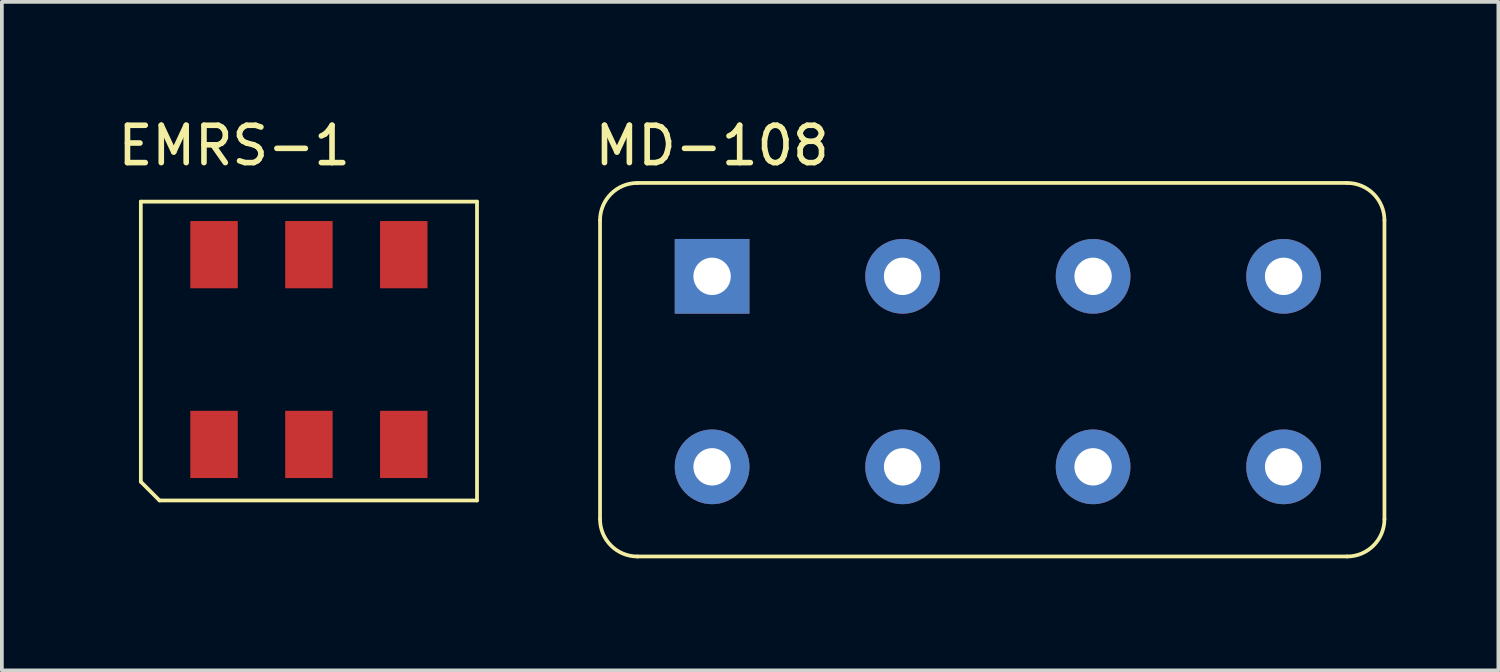
<source format=kicad_pcb>
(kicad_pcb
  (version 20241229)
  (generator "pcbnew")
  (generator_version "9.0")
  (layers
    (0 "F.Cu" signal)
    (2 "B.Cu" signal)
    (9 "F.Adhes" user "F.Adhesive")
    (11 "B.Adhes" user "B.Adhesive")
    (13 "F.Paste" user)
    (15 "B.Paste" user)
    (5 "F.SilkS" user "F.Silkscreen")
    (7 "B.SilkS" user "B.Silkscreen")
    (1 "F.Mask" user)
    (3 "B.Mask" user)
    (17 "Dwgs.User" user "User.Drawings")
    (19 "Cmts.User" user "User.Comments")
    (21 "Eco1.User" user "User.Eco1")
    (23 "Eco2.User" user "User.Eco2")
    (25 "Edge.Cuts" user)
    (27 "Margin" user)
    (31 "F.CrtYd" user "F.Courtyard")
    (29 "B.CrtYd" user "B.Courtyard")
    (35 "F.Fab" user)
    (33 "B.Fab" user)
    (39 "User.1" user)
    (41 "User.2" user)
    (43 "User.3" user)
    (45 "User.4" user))
  (footprint "EMRS-1"
    (layer "F.Cu")
    (at 5.22 6.848)
    (property "Reference" "EMRS-1" (at -2 -6 0) (layer "F.SilkS") (effects (font (size 1 1) (thickness 0.15))))
    (attr through_hole)
    (fp_line (start -4.5 -4.5) (end -4.5 3) (stroke (width 0.1) (type solid)) (layer "F.SilkS"))
    (fp_line (start -4.5 -4.5) (end 4.5 -4.5) (stroke (width 0.1) (type solid)) (layer "F.SilkS"))
    (fp_line (start -4.5 3) (end -4 3.5) (stroke (width 0.1) (type solid)) (layer "F.SilkS"))
    (fp_line (start -4 3.5) (end 4.5 3.5) (stroke (width 0.1) (type solid)) (layer "F.SilkS"))
    (fp_line (start 4.5 -4.5) (end 4.5 3.5) (stroke (width 0.1) (type solid)) (layer "F.SilkS"))
    (pad "1" smd rect (at -2.54 -3.08) (size 1.27 1.8) (layers "F.Cu" "F.Mask" "F.Paste"))
    (pad "2" smd rect (at 0 -3.08) (size 1.27 1.8) (layers "F.Cu" "F.Mask" "F.Paste"))
    (pad "3" smd rect (at 2.54 -3.08) (size 1.27 1.8) (layers "F.Cu" "F.Mask" "F.Paste"))
    (pad "4" smd rect (at 2.54 2) (size 1.27 1.8) (layers "F.Cu" "F.Mask" "F.Paste"))
    (pad "5" smd rect (at 0 2) (size 1.27 1.8) (layers "F.Cu" "F.Mask" "F.Paste"))
    (pad "6" smd rect (at -2.54 2) (size 1.27 1.8) (layers "F.Cu" "F.Mask" "F.Paste")))
  (footprint "MD-108"
    (layer "F.Cu")
    (at 23.514 7.348)
    (property "Reference" "MD-108" (at -7.5 -6.5 0) (layer "F.SilkS") (effects (font (size 1 1) (thickness 0.15))))
    (attr through_hole)
    (fp_line (start -10.5 -4.5) (end -10.5 3.5) (stroke (width 0.1) (type solid)) (layer "F.SilkS"))
    (fp_line (start -9.5 -5.5) (end 9.5 -5.5) (stroke (width 0.1) (type solid)) (layer "F.SilkS"))
    (fp_line (start -9.5 4.5) (end 9.5 4.5) (stroke (width 0.1) (type solid)) (layer "F.SilkS"))
    (fp_line (start 10.5 -4.5) (end 10.5 3.5) (stroke (width 0.1) (type solid)) (layer "F.SilkS"))
    (fp_arc (start -10.5 -4.5) (mid -10.207107 -5.207107) (end -9.5 -5.5) (stroke (width 0.1) (type solid)) (layer "F.SilkS"))
    (fp_arc (start -9.5 4.5) (mid -10.207107 4.207107) (end -10.5 3.5) (stroke (width 0.1) (type solid)) (layer "F.SilkS"))
    (fp_arc (start 9.5 -5.5) (mid 10.207107 -5.207107) (end 10.5 -4.5) (stroke (width 0.1) (type solid)) (layer "F.SilkS"))
    (fp_arc (start 10.5 3.5) (mid 10.207107 4.207107) (end 9.5 4.5) (stroke (width 0.1) (type solid)) (layer "F.SilkS"))
    (pad "1" thru_hole rect (at -7.5 -3) (size 2 2) (drill 1) (layers "*.Cu" "*.Mask"))
    (pad "2" thru_hole oval (at -2.4 -3) (size 2 2) (drill 1) (layers "*.Cu" "*.Mask"))
    (pad "3" thru_hole oval (at 2.7 -3) (size 2 2) (drill 1) (layers "*.Cu" "*.Mask"))
    (pad "4" thru_hole oval (at 7.8 -3) (size 2 2) (drill 1) (layers "*.Cu" "*.Mask"))
    (pad "5" thru_hole oval (at -7.5 2.1) (size 2 2) (drill 1) (layers "*.Cu" "*.Mask"))
    (pad "6" thru_hole oval (at -2.4 2.1) (size 2 2) (drill 1) (layers "*.Cu" "*.Mask"))
    (pad "7" thru_hole oval (at 2.7 2.1) (size 2 2) (drill 1) (layers "*.Cu" "*.Mask"))
    (pad "8" thru_hole oval (at 7.8 2.1) (size 2 2) (drill 1) (layers "*.Cu" "*.Mask")))
  (gr_rect
    (start -3 -3)
    (end 37.064 14.898)
    (stroke (width 0.1) (type default))
    (fill no)
    (layer "Edge.Cuts")))
</source>
